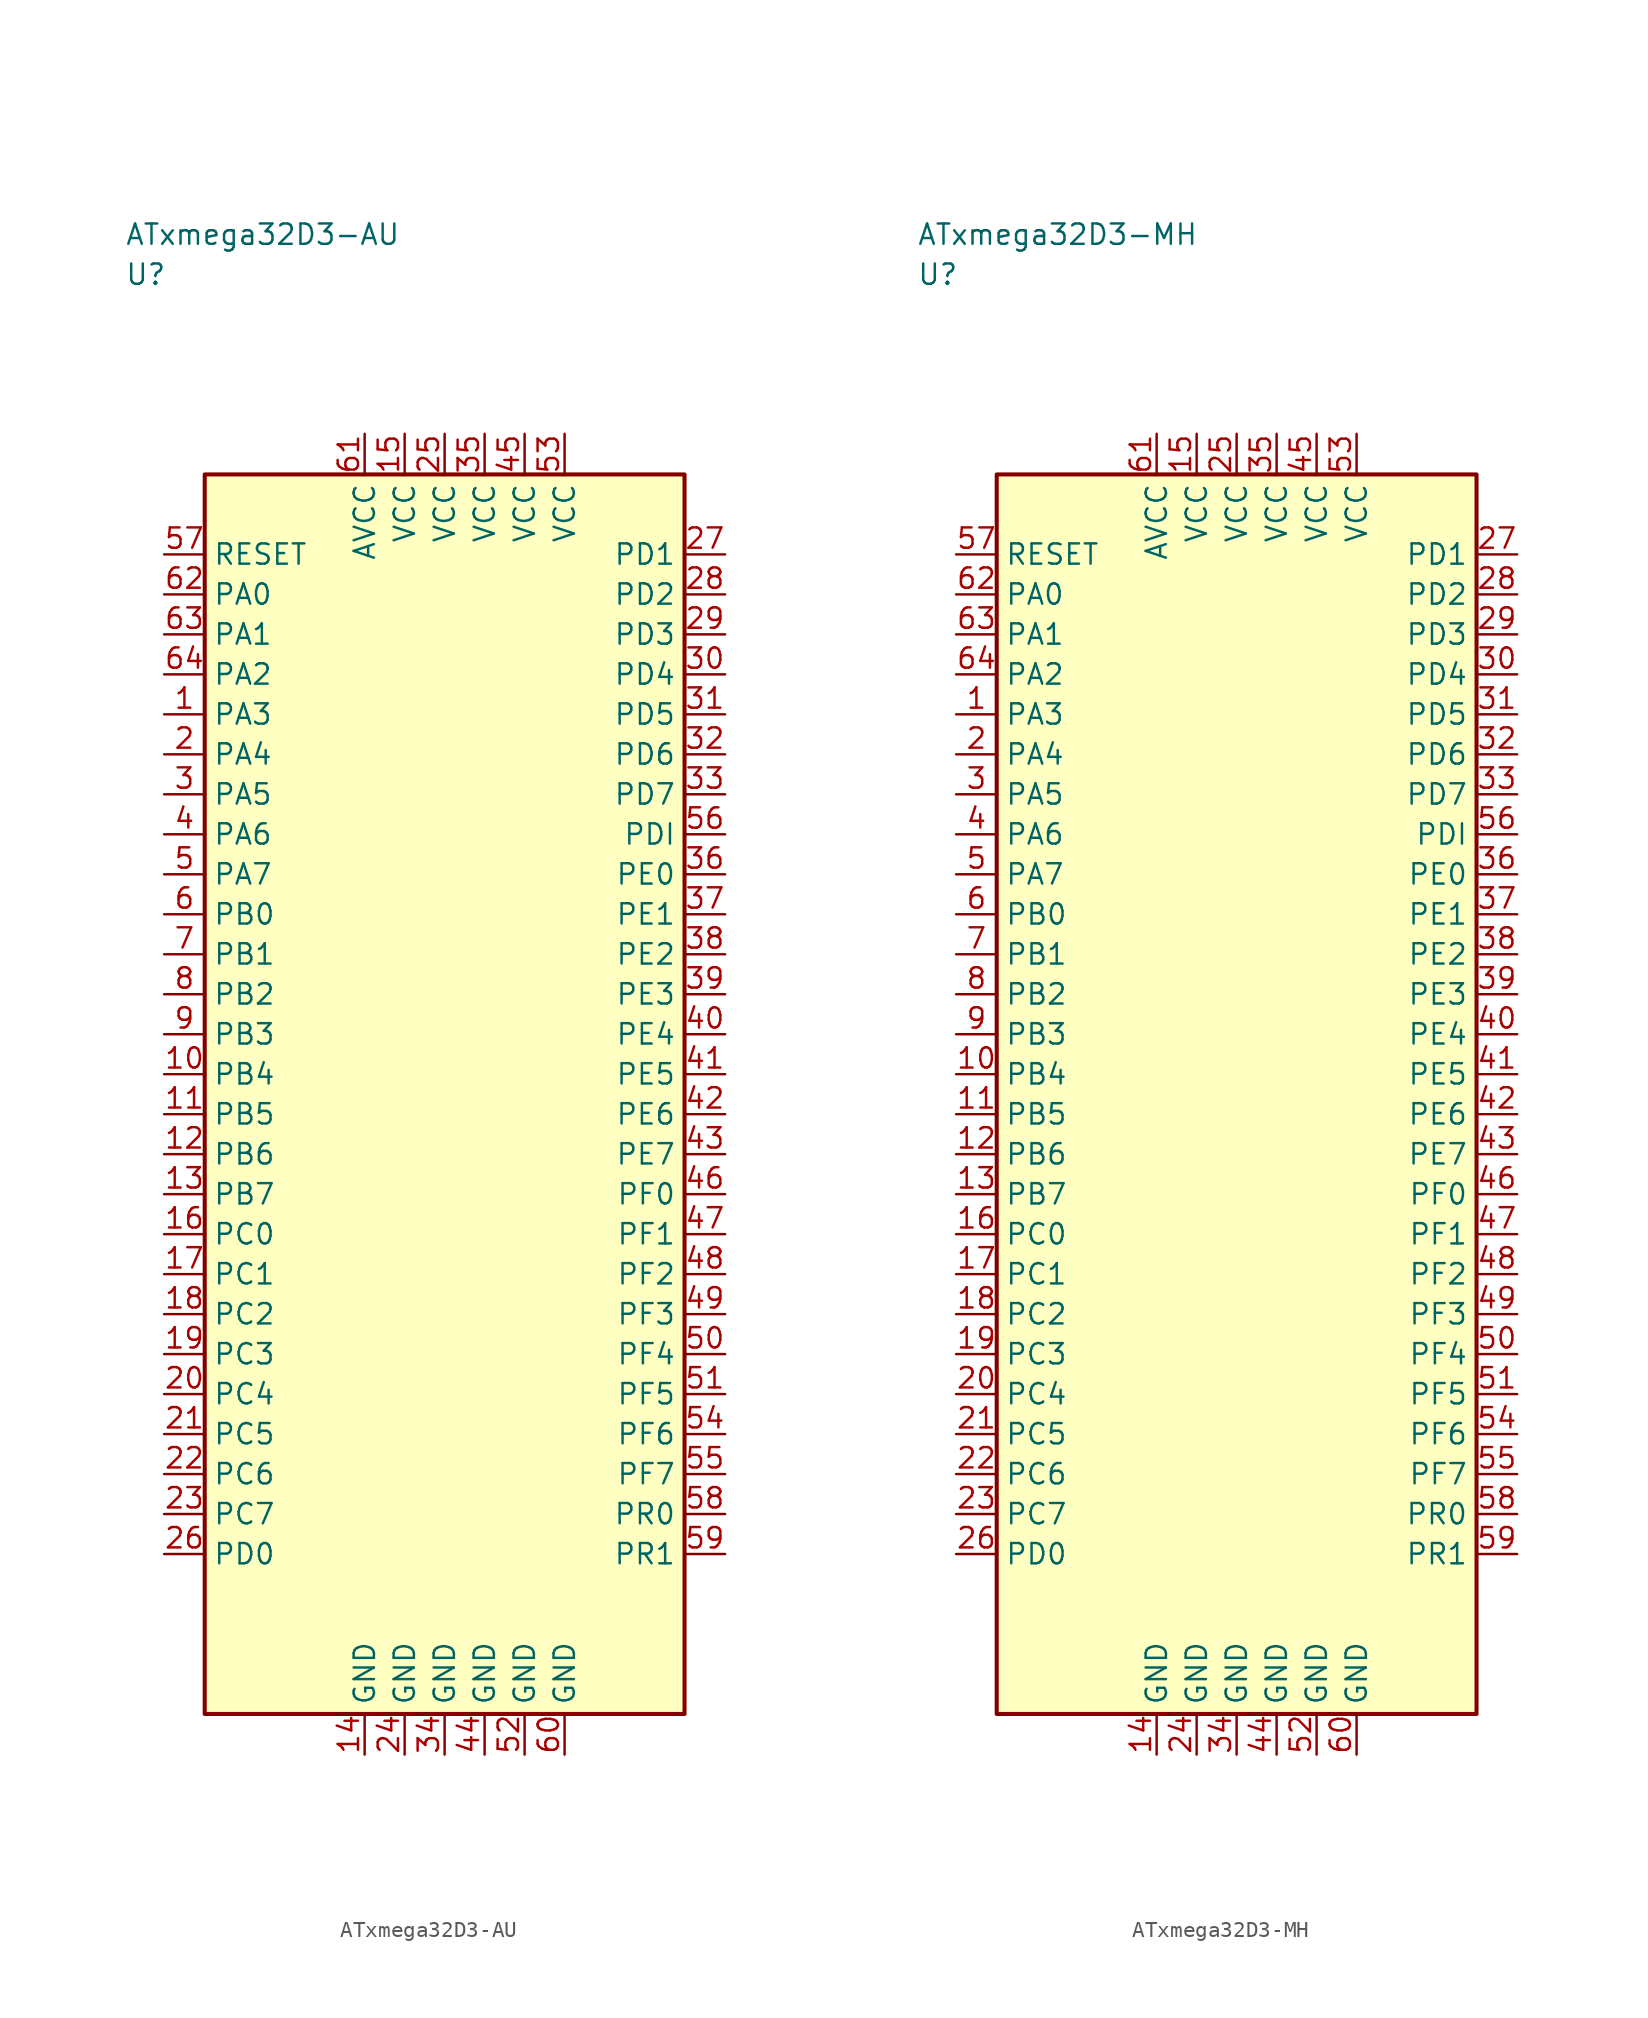
<source format=kicad_sym>
(kicad_symbol_lib
  (version 20241025)
  (generator "kicad_symbol_editor")
  (generator_version "8.0")
  (symbol "ATxmega32D3-AU"
    (property "Reference" "U"
      (at -20.0 51.25 0)
      (effects (font (size 1.27 1.27)) (justify left)))
    (property "Value" "ATxmega32D3-AU"
      (at -20.0 53.75 0)
      (effects (font (size 1.27 1.27)) (justify left)))
    (symbol "ATxmega32D3-AU_0_1"
      (rectangle (start -15.0 38.75) (end 15.0 -38.75) (stroke (width 0.254) (type default)) (fill (type background))))
    (symbol "ATxmega32D3-AU_1_1"
      (pin bidirectional line (at -17.54 23.75 0.0) (length 2.54) (name "PA3" (effects (font (size 1.27 1.27)))) (number "1" (effects (font (size 1.27 1.27)))))
      (pin bidirectional line (at -17.54 21.25 0.0) (length 2.54) (name "PA4" (effects (font (size 1.27 1.27)))) (number "2" (effects (font (size 1.27 1.27)))))
      (pin bidirectional line (at -17.54 18.75 0.0) (length 2.54) (name "PA5" (effects (font (size 1.27 1.27)))) (number "3" (effects (font (size 1.27 1.27)))))
      (pin bidirectional line (at -17.54 16.25 0.0) (length 2.54) (name "PA6" (effects (font (size 1.27 1.27)))) (number "4" (effects (font (size 1.27 1.27)))))
      (pin bidirectional line (at -17.54 13.75 0.0) (length 2.54) (name "PA7" (effects (font (size 1.27 1.27)))) (number "5" (effects (font (size 1.27 1.27)))))
      (pin bidirectional line (at -17.54 11.25 0.0) (length 2.54) (name "PB0" (effects (font (size 1.27 1.27)))) (number "6" (effects (font (size 1.27 1.27)))))
      (pin bidirectional line (at -17.54 8.75 0.0) (length 2.54) (name "PB1" (effects (font (size 1.27 1.27)))) (number "7" (effects (font (size 1.27 1.27)))))
      (pin bidirectional line (at -17.54 6.25 0.0) (length 2.54) (name "PB2" (effects (font (size 1.27 1.27)))) (number "8" (effects (font (size 1.27 1.27)))))
      (pin bidirectional line (at -17.54 3.75 0.0) (length 2.54) (name "PB3" (effects (font (size 1.27 1.27)))) (number "9" (effects (font (size 1.27 1.27)))))
      (pin bidirectional line (at -17.54 1.25 0.0) (length 2.54) (name "PB4" (effects (font (size 1.27 1.27)))) (number "10" (effects (font (size 1.27 1.27)))))
      (pin bidirectional line (at -17.54 -1.25 0.0) (length 2.54) (name "PB5" (effects (font (size 1.27 1.27)))) (number "11" (effects (font (size 1.27 1.27)))))
      (pin bidirectional line (at -17.54 -3.75 0.0) (length 2.54) (name "PB6" (effects (font (size 1.27 1.27)))) (number "12" (effects (font (size 1.27 1.27)))))
      (pin bidirectional line (at -17.54 -6.25 0.0) (length 2.54) (name "PB7" (effects (font (size 1.27 1.27)))) (number "13" (effects (font (size 1.27 1.27)))))
      (pin passive line (at -5.0 -41.29 90.0) (length 2.54) (name "GND" (effects (font (size 1.27 1.27)))) (number "14" (effects (font (size 1.27 1.27)))))
      (pin power_in line (at -2.5 41.29 270.0) (length 2.54) (name "VCC" (effects (font (size 1.27 1.27)))) (number "15" (effects (font (size 1.27 1.27)))))
      (pin bidirectional line (at -17.54 -8.75 0.0) (length 2.54) (name "PC0" (effects (font (size 1.27 1.27)))) (number "16" (effects (font (size 1.27 1.27)))))
      (pin bidirectional line (at -17.54 -11.25 0.0) (length 2.54) (name "PC1" (effects (font (size 1.27 1.27)))) (number "17" (effects (font (size 1.27 1.27)))))
      (pin bidirectional line (at -17.54 -13.75 0.0) (length 2.54) (name "PC2" (effects (font (size 1.27 1.27)))) (number "18" (effects (font (size 1.27 1.27)))))
      (pin bidirectional line (at -17.54 -16.25 0.0) (length 2.54) (name "PC3" (effects (font (size 1.27 1.27)))) (number "19" (effects (font (size 1.27 1.27)))))
      (pin bidirectional line (at -17.54 -18.75 0.0) (length 2.54) (name "PC4" (effects (font (size 1.27 1.27)))) (number "20" (effects (font (size 1.27 1.27)))))
      (pin bidirectional line (at -17.54 -21.25 0.0) (length 2.54) (name "PC5" (effects (font (size 1.27 1.27)))) (number "21" (effects (font (size 1.27 1.27)))))
      (pin bidirectional line (at -17.54 -23.75 0.0) (length 2.54) (name "PC6" (effects (font (size 1.27 1.27)))) (number "22" (effects (font (size 1.27 1.27)))))
      (pin bidirectional line (at -17.54 -26.25 0.0) (length 2.54) (name "PC7" (effects (font (size 1.27 1.27)))) (number "23" (effects (font (size 1.27 1.27)))))
      (pin passive line (at -2.5 -41.29 90.0) (length 2.54) (name "GND" (effects (font (size 1.27 1.27)))) (number "24" (effects (font (size 1.27 1.27)))))
      (pin power_in line (at 0.0 41.29 270.0) (length 2.54) (name "VCC" (effects (font (size 1.27 1.27)))) (number "25" (effects (font (size 1.27 1.27)))))
      (pin bidirectional line (at -17.54 -28.75 0.0) (length 2.54) (name "PD0" (effects (font (size 1.27 1.27)))) (number "26" (effects (font (size 1.27 1.27)))))
      (pin bidirectional line (at 17.54 33.75 180.0) (length 2.54) (name "PD1" (effects (font (size 1.27 1.27)))) (number "27" (effects (font (size 1.27 1.27)))))
      (pin bidirectional line (at 17.54 31.25 180.0) (length 2.54) (name "PD2" (effects (font (size 1.27 1.27)))) (number "28" (effects (font (size 1.27 1.27)))))
      (pin bidirectional line (at 17.54 28.75 180.0) (length 2.54) (name "PD3" (effects (font (size 1.27 1.27)))) (number "29" (effects (font (size 1.27 1.27)))))
      (pin bidirectional line (at 17.54 26.25 180.0) (length 2.54) (name "PD4" (effects (font (size 1.27 1.27)))) (number "30" (effects (font (size 1.27 1.27)))))
      (pin bidirectional line (at 17.54 23.75 180.0) (length 2.54) (name "PD5" (effects (font (size 1.27 1.27)))) (number "31" (effects (font (size 1.27 1.27)))))
      (pin bidirectional line (at 17.54 21.25 180.0) (length 2.54) (name "PD6" (effects (font (size 1.27 1.27)))) (number "32" (effects (font (size 1.27 1.27)))))
      (pin bidirectional line (at 17.54 18.75 180.0) (length 2.54) (name "PD7" (effects (font (size 1.27 1.27)))) (number "33" (effects (font (size 1.27 1.27)))))
      (pin passive line (at 0.0 -41.29 90.0) (length 2.54) (name "GND" (effects (font (size 1.27 1.27)))) (number "34" (effects (font (size 1.27 1.27)))))
      (pin power_in line (at 2.5 41.29 270.0) (length 2.54) (name "VCC" (effects (font (size 1.27 1.27)))) (number "35" (effects (font (size 1.27 1.27)))))
      (pin bidirectional line (at 17.54 13.75 180.0) (length 2.54) (name "PE0" (effects (font (size 1.27 1.27)))) (number "36" (effects (font (size 1.27 1.27)))))
      (pin bidirectional line (at 17.54 11.25 180.0) (length 2.54) (name "PE1" (effects (font (size 1.27 1.27)))) (number "37" (effects (font (size 1.27 1.27)))))
      (pin bidirectional line (at 17.54 8.75 180.0) (length 2.54) (name "PE2" (effects (font (size 1.27 1.27)))) (number "38" (effects (font (size 1.27 1.27)))))
      (pin bidirectional line (at 17.54 6.25 180.0) (length 2.54) (name "PE3" (effects (font (size 1.27 1.27)))) (number "39" (effects (font (size 1.27 1.27)))))
      (pin bidirectional line (at 17.54 3.75 180.0) (length 2.54) (name "PE4" (effects (font (size 1.27 1.27)))) (number "40" (effects (font (size 1.27 1.27)))))
      (pin bidirectional line (at 17.54 1.25 180.0) (length 2.54) (name "PE5" (effects (font (size 1.27 1.27)))) (number "41" (effects (font (size 1.27 1.27)))))
      (pin bidirectional line (at 17.54 -1.25 180.0) (length 2.54) (name "PE6" (effects (font (size 1.27 1.27)))) (number "42" (effects (font (size 1.27 1.27)))))
      (pin bidirectional line (at 17.54 -3.75 180.0) (length 2.54) (name "PE7" (effects (font (size 1.27 1.27)))) (number "43" (effects (font (size 1.27 1.27)))))
      (pin passive line (at 2.5 -41.29 90.0) (length 2.54) (name "GND" (effects (font (size 1.27 1.27)))) (number "44" (effects (font (size 1.27 1.27)))))
      (pin power_in line (at 5.0 41.29 270.0) (length 2.54) (name "VCC" (effects (font (size 1.27 1.27)))) (number "45" (effects (font (size 1.27 1.27)))))
      (pin bidirectional line (at 17.54 -6.25 180.0) (length 2.54) (name "PF0" (effects (font (size 1.27 1.27)))) (number "46" (effects (font (size 1.27 1.27)))))
      (pin bidirectional line (at 17.54 -8.75 180.0) (length 2.54) (name "PF1" (effects (font (size 1.27 1.27)))) (number "47" (effects (font (size 1.27 1.27)))))
      (pin bidirectional line (at 17.54 -11.25 180.0) (length 2.54) (name "PF2" (effects (font (size 1.27 1.27)))) (number "48" (effects (font (size 1.27 1.27)))))
      (pin bidirectional line (at 17.54 -13.75 180.0) (length 2.54) (name "PF3" (effects (font (size 1.27 1.27)))) (number "49" (effects (font (size 1.27 1.27)))))
      (pin bidirectional line (at 17.54 -16.25 180.0) (length 2.54) (name "PF4" (effects (font (size 1.27 1.27)))) (number "50" (effects (font (size 1.27 1.27)))))
      (pin bidirectional line (at 17.54 -18.75 180.0) (length 2.54) (name "PF5" (effects (font (size 1.27 1.27)))) (number "51" (effects (font (size 1.27 1.27)))))
      (pin passive line (at 5.0 -41.29 90.0) (length 2.54) (name "GND" (effects (font (size 1.27 1.27)))) (number "52" (effects (font (size 1.27 1.27)))))
      (pin power_in line (at 7.5 41.29 270.0) (length 2.54) (name "VCC" (effects (font (size 1.27 1.27)))) (number "53" (effects (font (size 1.27 1.27)))))
      (pin bidirectional line (at 17.54 -21.25 180.0) (length 2.54) (name "PF6" (effects (font (size 1.27 1.27)))) (number "54" (effects (font (size 1.27 1.27)))))
      (pin bidirectional line (at 17.54 -23.75 180.0) (length 2.54) (name "PF7" (effects (font (size 1.27 1.27)))) (number "55" (effects (font (size 1.27 1.27)))))
      (pin bidirectional line (at 17.54 16.25 180.0) (length 2.54) (name "PDI" (effects (font (size 1.27 1.27)))) (number "56" (effects (font (size 1.27 1.27)))))
      (pin input line (at -17.54 33.75 0.0) (length 2.54) (name "RESET" (effects (font (size 1.27 1.27)))) (number "57" (effects (font (size 1.27 1.27)))))
      (pin bidirectional line (at 17.54 -26.25 180.0) (length 2.54) (name "PR0" (effects (font (size 1.27 1.27)))) (number "58" (effects (font (size 1.27 1.27)))))
      (pin bidirectional line (at 17.54 -28.75 180.0) (length 2.54) (name "PR1" (effects (font (size 1.27 1.27)))) (number "59" (effects (font (size 1.27 1.27)))))
      (pin passive line (at 7.5 -41.29 90.0) (length 2.54) (name "GND" (effects (font (size 1.27 1.27)))) (number "60" (effects (font (size 1.27 1.27)))))
      (pin power_in line (at -5.0 41.29 270.0) (length 2.54) (name "AVCC" (effects (font (size 1.27 1.27)))) (number "61" (effects (font (size 1.27 1.27)))))
      (pin bidirectional line (at -17.54 31.25 0.0) (length 2.54) (name "PA0" (effects (font (size 1.27 1.27)))) (number "62" (effects (font (size 1.27 1.27)))))
      (pin bidirectional line (at -17.54 28.75 0.0) (length 2.54) (name "PA1" (effects (font (size 1.27 1.27)))) (number "63" (effects (font (size 1.27 1.27)))))
      (pin bidirectional line (at -17.54 26.25 0.0) (length 2.54) (name "PA2" (effects (font (size 1.27 1.27)))) (number "64" (effects (font (size 1.27 1.27)))))))
  (symbol "ATxmega32D3-MH"
    (property "Reference" "U"
      (at -20.0 51.25 0)
      (effects (font (size 1.27 1.27)) (justify left)))
    (property "Value" "ATxmega32D3-MH"
      (at -20.0 53.75 0)
      (effects (font (size 1.27 1.27)) (justify left)))
    (symbol "ATxmega32D3-MH_0_1"
      (rectangle (start -15.0 38.75) (end 15.0 -38.75) (stroke (width 0.254) (type default)) (fill (type background))))
    (symbol "ATxmega32D3-MH_1_1"
      (pin bidirectional line (at -17.54 23.75 0.0) (length 2.54) (name "PA3" (effects (font (size 1.27 1.27)))) (number "1" (effects (font (size 1.27 1.27)))))
      (pin bidirectional line (at -17.54 21.25 0.0) (length 2.54) (name "PA4" (effects (font (size 1.27 1.27)))) (number "2" (effects (font (size 1.27 1.27)))))
      (pin bidirectional line (at -17.54 18.75 0.0) (length 2.54) (name "PA5" (effects (font (size 1.27 1.27)))) (number "3" (effects (font (size 1.27 1.27)))))
      (pin bidirectional line (at -17.54 16.25 0.0) (length 2.54) (name "PA6" (effects (font (size 1.27 1.27)))) (number "4" (effects (font (size 1.27 1.27)))))
      (pin bidirectional line (at -17.54 13.75 0.0) (length 2.54) (name "PA7" (effects (font (size 1.27 1.27)))) (number "5" (effects (font (size 1.27 1.27)))))
      (pin bidirectional line (at -17.54 11.25 0.0) (length 2.54) (name "PB0" (effects (font (size 1.27 1.27)))) (number "6" (effects (font (size 1.27 1.27)))))
      (pin bidirectional line (at -17.54 8.75 0.0) (length 2.54) (name "PB1" (effects (font (size 1.27 1.27)))) (number "7" (effects (font (size 1.27 1.27)))))
      (pin bidirectional line (at -17.54 6.25 0.0) (length 2.54) (name "PB2" (effects (font (size 1.27 1.27)))) (number "8" (effects (font (size 1.27 1.27)))))
      (pin bidirectional line (at -17.54 3.75 0.0) (length 2.54) (name "PB3" (effects (font (size 1.27 1.27)))) (number "9" (effects (font (size 1.27 1.27)))))
      (pin bidirectional line (at -17.54 1.25 0.0) (length 2.54) (name "PB4" (effects (font (size 1.27 1.27)))) (number "10" (effects (font (size 1.27 1.27)))))
      (pin bidirectional line (at -17.54 -1.25 0.0) (length 2.54) (name "PB5" (effects (font (size 1.27 1.27)))) (number "11" (effects (font (size 1.27 1.27)))))
      (pin bidirectional line (at -17.54 -3.75 0.0) (length 2.54) (name "PB6" (effects (font (size 1.27 1.27)))) (number "12" (effects (font (size 1.27 1.27)))))
      (pin bidirectional line (at -17.54 -6.25 0.0) (length 2.54) (name "PB7" (effects (font (size 1.27 1.27)))) (number "13" (effects (font (size 1.27 1.27)))))
      (pin passive line (at -5.0 -41.29 90.0) (length 2.54) (name "GND" (effects (font (size 1.27 1.27)))) (number "14" (effects (font (size 1.27 1.27)))))
      (pin power_in line (at -2.5 41.29 270.0) (length 2.54) (name "VCC" (effects (font (size 1.27 1.27)))) (number "15" (effects (font (size 1.27 1.27)))))
      (pin bidirectional line (at -17.54 -8.75 0.0) (length 2.54) (name "PC0" (effects (font (size 1.27 1.27)))) (number "16" (effects (font (size 1.27 1.27)))))
      (pin bidirectional line (at -17.54 -11.25 0.0) (length 2.54) (name "PC1" (effects (font (size 1.27 1.27)))) (number "17" (effects (font (size 1.27 1.27)))))
      (pin bidirectional line (at -17.54 -13.75 0.0) (length 2.54) (name "PC2" (effects (font (size 1.27 1.27)))) (number "18" (effects (font (size 1.27 1.27)))))
      (pin bidirectional line (at -17.54 -16.25 0.0) (length 2.54) (name "PC3" (effects (font (size 1.27 1.27)))) (number "19" (effects (font (size 1.27 1.27)))))
      (pin bidirectional line (at -17.54 -18.75 0.0) (length 2.54) (name "PC4" (effects (font (size 1.27 1.27)))) (number "20" (effects (font (size 1.27 1.27)))))
      (pin bidirectional line (at -17.54 -21.25 0.0) (length 2.54) (name "PC5" (effects (font (size 1.27 1.27)))) (number "21" (effects (font (size 1.27 1.27)))))
      (pin bidirectional line (at -17.54 -23.75 0.0) (length 2.54) (name "PC6" (effects (font (size 1.27 1.27)))) (number "22" (effects (font (size 1.27 1.27)))))
      (pin bidirectional line (at -17.54 -26.25 0.0) (length 2.54) (name "PC7" (effects (font (size 1.27 1.27)))) (number "23" (effects (font (size 1.27 1.27)))))
      (pin passive line (at -2.5 -41.29 90.0) (length 2.54) (name "GND" (effects (font (size 1.27 1.27)))) (number "24" (effects (font (size 1.27 1.27)))))
      (pin power_in line (at 0.0 41.29 270.0) (length 2.54) (name "VCC" (effects (font (size 1.27 1.27)))) (number "25" (effects (font (size 1.27 1.27)))))
      (pin bidirectional line (at -17.54 -28.75 0.0) (length 2.54) (name "PD0" (effects (font (size 1.27 1.27)))) (number "26" (effects (font (size 1.27 1.27)))))
      (pin bidirectional line (at 17.54 33.75 180.0) (length 2.54) (name "PD1" (effects (font (size 1.27 1.27)))) (number "27" (effects (font (size 1.27 1.27)))))
      (pin bidirectional line (at 17.54 31.25 180.0) (length 2.54) (name "PD2" (effects (font (size 1.27 1.27)))) (number "28" (effects (font (size 1.27 1.27)))))
      (pin bidirectional line (at 17.54 28.75 180.0) (length 2.54) (name "PD3" (effects (font (size 1.27 1.27)))) (number "29" (effects (font (size 1.27 1.27)))))
      (pin bidirectional line (at 17.54 26.25 180.0) (length 2.54) (name "PD4" (effects (font (size 1.27 1.27)))) (number "30" (effects (font (size 1.27 1.27)))))
      (pin bidirectional line (at 17.54 23.75 180.0) (length 2.54) (name "PD5" (effects (font (size 1.27 1.27)))) (number "31" (effects (font (size 1.27 1.27)))))
      (pin bidirectional line (at 17.54 21.25 180.0) (length 2.54) (name "PD6" (effects (font (size 1.27 1.27)))) (number "32" (effects (font (size 1.27 1.27)))))
      (pin bidirectional line (at 17.54 18.75 180.0) (length 2.54) (name "PD7" (effects (font (size 1.27 1.27)))) (number "33" (effects (font (size 1.27 1.27)))))
      (pin passive line (at 0.0 -41.29 90.0) (length 2.54) (name "GND" (effects (font (size 1.27 1.27)))) (number "34" (effects (font (size 1.27 1.27)))))
      (pin power_in line (at 2.5 41.29 270.0) (length 2.54) (name "VCC" (effects (font (size 1.27 1.27)))) (number "35" (effects (font (size 1.27 1.27)))))
      (pin bidirectional line (at 17.54 13.75 180.0) (length 2.54) (name "PE0" (effects (font (size 1.27 1.27)))) (number "36" (effects (font (size 1.27 1.27)))))
      (pin bidirectional line (at 17.54 11.25 180.0) (length 2.54) (name "PE1" (effects (font (size 1.27 1.27)))) (number "37" (effects (font (size 1.27 1.27)))))
      (pin bidirectional line (at 17.54 8.75 180.0) (length 2.54) (name "PE2" (effects (font (size 1.27 1.27)))) (number "38" (effects (font (size 1.27 1.27)))))
      (pin bidirectional line (at 17.54 6.25 180.0) (length 2.54) (name "PE3" (effects (font (size 1.27 1.27)))) (number "39" (effects (font (size 1.27 1.27)))))
      (pin bidirectional line (at 17.54 3.75 180.0) (length 2.54) (name "PE4" (effects (font (size 1.27 1.27)))) (number "40" (effects (font (size 1.27 1.27)))))
      (pin bidirectional line (at 17.54 1.25 180.0) (length 2.54) (name "PE5" (effects (font (size 1.27 1.27)))) (number "41" (effects (font (size 1.27 1.27)))))
      (pin bidirectional line (at 17.54 -1.25 180.0) (length 2.54) (name "PE6" (effects (font (size 1.27 1.27)))) (number "42" (effects (font (size 1.27 1.27)))))
      (pin bidirectional line (at 17.54 -3.75 180.0) (length 2.54) (name "PE7" (effects (font (size 1.27 1.27)))) (number "43" (effects (font (size 1.27 1.27)))))
      (pin passive line (at 2.5 -41.29 90.0) (length 2.54) (name "GND" (effects (font (size 1.27 1.27)))) (number "44" (effects (font (size 1.27 1.27)))))
      (pin power_in line (at 5.0 41.29 270.0) (length 2.54) (name "VCC" (effects (font (size 1.27 1.27)))) (number "45" (effects (font (size 1.27 1.27)))))
      (pin bidirectional line (at 17.54 -6.25 180.0) (length 2.54) (name "PF0" (effects (font (size 1.27 1.27)))) (number "46" (effects (font (size 1.27 1.27)))))
      (pin bidirectional line (at 17.54 -8.75 180.0) (length 2.54) (name "PF1" (effects (font (size 1.27 1.27)))) (number "47" (effects (font (size 1.27 1.27)))))
      (pin bidirectional line (at 17.54 -11.25 180.0) (length 2.54) (name "PF2" (effects (font (size 1.27 1.27)))) (number "48" (effects (font (size 1.27 1.27)))))
      (pin bidirectional line (at 17.54 -13.75 180.0) (length 2.54) (name "PF3" (effects (font (size 1.27 1.27)))) (number "49" (effects (font (size 1.27 1.27)))))
      (pin bidirectional line (at 17.54 -16.25 180.0) (length 2.54) (name "PF4" (effects (font (size 1.27 1.27)))) (number "50" (effects (font (size 1.27 1.27)))))
      (pin bidirectional line (at 17.54 -18.75 180.0) (length 2.54) (name "PF5" (effects (font (size 1.27 1.27)))) (number "51" (effects (font (size 1.27 1.27)))))
      (pin passive line (at 5.0 -41.29 90.0) (length 2.54) (name "GND" (effects (font (size 1.27 1.27)))) (number "52" (effects (font (size 1.27 1.27)))))
      (pin power_in line (at 7.5 41.29 270.0) (length 2.54) (name "VCC" (effects (font (size 1.27 1.27)))) (number "53" (effects (font (size 1.27 1.27)))))
      (pin bidirectional line (at 17.54 -21.25 180.0) (length 2.54) (name "PF6" (effects (font (size 1.27 1.27)))) (number "54" (effects (font (size 1.27 1.27)))))
      (pin bidirectional line (at 17.54 -23.75 180.0) (length 2.54) (name "PF7" (effects (font (size 1.27 1.27)))) (number "55" (effects (font (size 1.27 1.27)))))
      (pin bidirectional line (at 17.54 16.25 180.0) (length 2.54) (name "PDI" (effects (font (size 1.27 1.27)))) (number "56" (effects (font (size 1.27 1.27)))))
      (pin input line (at -17.54 33.75 0.0) (length 2.54) (name "RESET" (effects (font (size 1.27 1.27)))) (number "57" (effects (font (size 1.27 1.27)))))
      (pin bidirectional line (at 17.54 -26.25 180.0) (length 2.54) (name "PR0" (effects (font (size 1.27 1.27)))) (number "58" (effects (font (size 1.27 1.27)))))
      (pin bidirectional line (at 17.54 -28.75 180.0) (length 2.54) (name "PR1" (effects (font (size 1.27 1.27)))) (number "59" (effects (font (size 1.27 1.27)))))
      (pin passive line (at 7.5 -41.29 90.0) (length 2.54) (name "GND" (effects (font (size 1.27 1.27)))) (number "60" (effects (font (size 1.27 1.27)))))
      (pin power_in line (at -5.0 41.29 270.0) (length 2.54) (name "AVCC" (effects (font (size 1.27 1.27)))) (number "61" (effects (font (size 1.27 1.27)))))
      (pin bidirectional line (at -17.54 31.25 0.0) (length 2.54) (name "PA0" (effects (font (size 1.27 1.27)))) (number "62" (effects (font (size 1.27 1.27)))))
      (pin bidirectional line (at -17.54 28.75 0.0) (length 2.54) (name "PA1" (effects (font (size 1.27 1.27)))) (number "63" (effects (font (size 1.27 1.27)))))
      (pin bidirectional line (at -17.54 26.25 0.0) (length 2.54) (name "PA2" (effects (font (size 1.27 1.27)))) (number "64" (effects (font (size 1.27 1.27))))))))
</source>
